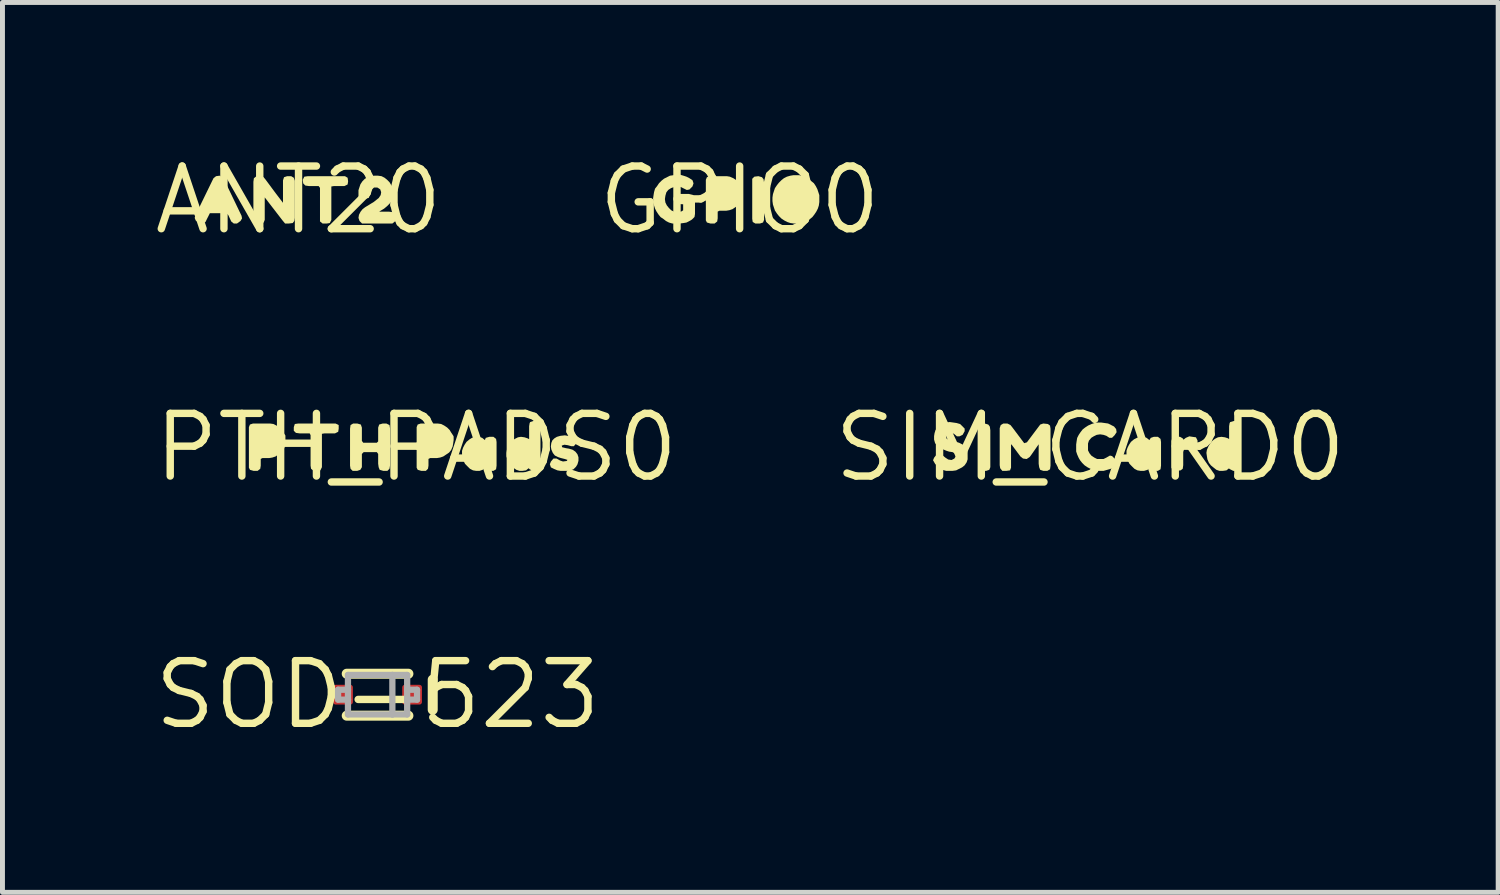
<source format=kicad_pcb>
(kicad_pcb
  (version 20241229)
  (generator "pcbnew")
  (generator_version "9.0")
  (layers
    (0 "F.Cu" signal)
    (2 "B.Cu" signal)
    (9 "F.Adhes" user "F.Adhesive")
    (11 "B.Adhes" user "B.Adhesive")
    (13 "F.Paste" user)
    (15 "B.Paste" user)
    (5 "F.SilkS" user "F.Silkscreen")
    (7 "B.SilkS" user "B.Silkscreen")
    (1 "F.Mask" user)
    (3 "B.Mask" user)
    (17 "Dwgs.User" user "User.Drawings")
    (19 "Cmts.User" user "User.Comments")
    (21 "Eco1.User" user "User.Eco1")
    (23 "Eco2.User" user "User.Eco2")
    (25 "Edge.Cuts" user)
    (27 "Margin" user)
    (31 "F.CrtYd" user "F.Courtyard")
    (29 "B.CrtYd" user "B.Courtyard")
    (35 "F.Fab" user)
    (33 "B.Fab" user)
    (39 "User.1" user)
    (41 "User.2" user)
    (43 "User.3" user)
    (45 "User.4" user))
  (footprint "SOD-523"
    (layer "F.Cu")
    (at 4.603 11.031)
    (property "Reference" "SOD-523" (at 0 0 0) (layer "F.SilkS") (effects (font (size 1.27 1.27) (thickness 0.15))))
    (fp_line (start -0.625 0.425) (end 0.625 0.425) (stroke (width 0.203) (type solid)) (layer "F.SilkS"))
    (fp_line (start 0.625 -0.425) (end -0.625 -0.425) (stroke (width 0.203) (type solid)) (layer "F.SilkS"))
    (fp_line (start 1.118 -0.305) (end 1.118 0.305) (stroke (width 0.203) (type solid)) (layer "F.SilkS"))
    (fp_line (start -0.8 -0.1) (end -0.8 0.1) (stroke (width 0.127) (type solid)) (layer "F.Fab"))
    (fp_line (start -0.6 -0.4) (end -0.6 -0.1) (stroke (width 0.127) (type solid)) (layer "F.Fab"))
    (fp_line (start -0.6 -0.1) (end -0.8 -0.1) (stroke (width 0.127) (type solid)) (layer "F.Fab"))
    (fp_line (start -0.6 -0.1) (end -0.6 0.1) (stroke (width 0.127) (type solid)) (layer "F.Fab"))
    (fp_line (start -0.6 0.1) (end -0.8 0.1) (stroke (width 0.127) (type solid)) (layer "F.Fab"))
    (fp_line (start -0.6 0.1) (end -0.6 0.4) (stroke (width 0.127) (type solid)) (layer "F.Fab"))
    (fp_line (start -0.6 0.4) (end 0.3 0.4) (stroke (width 0.127) (type solid)) (layer "F.Fab"))
    (fp_line (start 0.3 -0.4) (end -0.6 -0.4) (stroke (width 0.127) (type solid)) (layer "F.Fab"))
    (fp_line (start 0.3 -0.4) (end 0.3 0.4) (stroke (width 0.127) (type solid)) (layer "F.Fab"))
    (fp_line (start 0.3 0.4) (end 0.6 0.4) (stroke (width 0.127) (type solid)) (layer "F.Fab"))
    (fp_line (start 0.6 -0.4) (end 0.3 -0.4) (stroke (width 0.127) (type solid)) (layer "F.Fab"))
    (fp_line (start 0.6 -0.1) (end 0.6 -0.4) (stroke (width 0.127) (type solid)) (layer "F.Fab"))
    (fp_line (start 0.6 -0.1) (end 0.8 -0.1) (stroke (width 0.127) (type solid)) (layer "F.Fab"))
    (fp_line (start 0.6 0.1) (end 0.6 -0.1) (stroke (width 0.127) (type solid)) (layer "F.Fab"))
    (fp_line (start 0.6 0.4) (end 0.6 0.1) (stroke (width 0.127) (type solid)) (layer "F.Fab"))
    (fp_line (start 0.8 -0.1) (end 0.8 0.1) (stroke (width 0.127) (type solid)) (layer "F.Fab"))
    (fp_line (start 0.8 0.1) (end 0.6 0.1) (stroke (width 0.127) (type solid)) (layer "F.Fab"))
    (pad "A" smd roundrect (at -0.7 0) (size 0.4 0.4) (layers "F.Cu" "F.Mask" "F.Paste") (roundrect_rratio 0.127))
    (pad "C" smd roundrect (at 0.7 0) (size 0.4 0.4) (layers "F.Cu" "F.Mask" "F.Paste") (roundrect_rratio 0.127)))
  (footprint "SIM_CARD0"
    (layer "F.Cu")
    (at 19.048 6.019)
    (property "Reference" "SIM_CARD0" (at 0 0 0) (layer "F.SilkS") (effects (font (size 1.27 1.27) (thickness 0.15))))
    (fp_poly (pts (xy -2.067 -0.464) (xy -2.035 -0.422) (xy -2.025 -0.35) (xy -2.025 0.401) (xy -2.046 0.454) (xy -2.109 0.475) (xy -2.201 0.475) (xy -2.255 0.443) (xy -2.265 0.38) (xy -2.265 -0.432) (xy -2.222 -0.475) (xy -2.14 -0.485)) (stroke (width 0) (type default)) (fill yes) (layer "F.SilkS"))
    (fp_poly (pts (xy 2.071 -0.215) (xy 2.143 -0.205) (xy 2.175 -0.141) (xy 2.175 -0.079) (xy 2.144 -0.007) (xy 2.091 0.036) (xy 2.029 0.015) (xy 1.961 0.005) (xy 1.904 0.034) (xy 1.885 0.091) (xy 1.885 0.36) (xy 1.875 0.433) (xy 1.832 0.465) (xy 1.75 0.475) (xy 1.677 0.465) (xy 1.645 0.411) (xy 1.645 -0.131) (xy 1.666 -0.194) (xy 1.729 -0.215) (xy 1.821 -0.215) (xy 1.874 -0.184) (xy 1.891 -0.157) (xy 1.937 -0.194) (xy 2.009 -0.225)) (stroke (width 0) (type default)) (fill yes) (layer "F.SilkS"))
    (fp_poly (pts (xy 1.142 -0.195) (xy 1.193 -0.154) (xy 1.199 -0.148) (xy 1.227 -0.194) (xy 1.289 -0.215) (xy 1.372 -0.215) (xy 1.425 -0.173) (xy 1.435 -0.11) (xy 1.435 0.37) (xy 1.425 0.443) (xy 1.371 0.475) (xy 1.289 0.475) (xy 1.227 0.454) (xy 1.199 0.409) (xy 1.163 0.454) (xy 1.091 0.475) (xy 1.02 0.475) (xy 0.958 0.465) (xy 0.897 0.434) (xy 0.846 0.384) (xy 0.796 0.333) (xy 0.765 0.272) (xy 0.745 0.211) (xy 0.735 0.14) (xy 0.735 0.069) (xy 0.755 0.008) (xy 0.786 -0.053) (xy 0.826 -0.113) (xy 0.887 -0.164) (xy 0.948 -0.195) (xy 1.009 -0.215) (xy 1.071 -0.215)) (stroke (width 0) (type default)) (fill yes) (layer "F.SilkS"))
    (fp_poly (pts (xy 3.045 -0.503) (xy 3.055 -0.43) (xy 3.055 0.391) (xy 3.034 0.443) (xy 2.981 0.475) (xy 2.899 0.475) (xy 2.837 0.444) (xy 2.81 0.426) (xy 2.762 0.465) (xy 2.69 0.475) (xy 2.619 0.475) (xy 2.558 0.454) (xy 2.507 0.414) (xy 2.446 0.364) (xy 2.406 0.313) (xy 2.375 0.241) (xy 2.365 0.181) (xy 2.355 0.11) (xy 2.365 0.049) (xy 2.396 -0.022) (xy 2.426 -0.073) (xy 2.476 -0.134) (xy 2.527 -0.174) (xy 2.588 -0.205) (xy 2.66 -0.215) (xy 2.731 -0.205) (xy 2.792 -0.185) (xy 2.815 -0.169) (xy 2.815 -0.43) (xy 2.825 -0.492) (xy 2.837 -0.514) (xy 2.909 -0.535) (xy 2.981 -0.535)) (stroke (width 0) (type default)) (fill yes) (layer "F.SilkS"))
    (fp_poly (pts (xy -0.858 -0.475) (xy -0.815 -0.443) (xy -0.805 -0.38) (xy -0.805 0.37) (xy -0.815 0.443) (xy -0.869 0.475) (xy -0.951 0.475) (xy -1.014 0.454) (xy -1.035 0.401) (xy -1.045 0.33) (xy -1.045 -0.064) (xy -1.196 0.153) (xy -1.227 0.194) (xy -1.289 0.235) (xy -1.362 0.225) (xy -1.414 0.184) (xy -1.593 -0.056) (xy -1.605 -0.062) (xy -1.605 0.411) (xy -1.626 0.465) (xy -1.7 0.475) (xy -1.782 0.475) (xy -1.825 0.422) (xy -1.835 0.36) (xy -1.835 -0.391) (xy -1.814 -0.453) (xy -1.761 -0.485) (xy -1.679 -0.485) (xy -1.617 -0.454) (xy -1.576 -0.403) (xy -1.338 -0.086) (xy -1.283 -0.104) (xy -1.134 -0.303) (xy -1.013 -0.464) (xy -0.951 -0.485)) (stroke (width 0) (type default)) (fill yes) (layer "F.SilkS"))
    (fp_poly (pts (xy 0.291 -0.495) (xy 0.362 -0.485) (xy 0.483 -0.424) (xy 0.525 -0.372) (xy 0.535 -0.309) (xy 0.494 -0.247) (xy 0.442 -0.195) (xy 0.388 -0.195) (xy 0.328 -0.235) (xy 0.269 -0.255) (xy 0.2 -0.265) (xy 0.132 -0.255) (xy 0.072 -0.226) (xy 0.023 -0.196) (xy -0.026 -0.138) (xy -0.045 -0.079) (xy -0.045 0.059) (xy -0.016 0.117) (xy 0.023 0.166) (xy 0.083 0.206) (xy 0.141 0.235) (xy 0.269 0.235) (xy 0.328 0.206) (xy 0.399 0.165) (xy 0.443 0.175) (xy 0.494 0.227) (xy 0.535 0.299) (xy 0.514 0.363) (xy 0.463 0.404) (xy 0.412 0.435) (xy 0.341 0.455) (xy 0.271 0.475) (xy 0.139 0.475) (xy 0.069 0.455) (xy 0.008 0.435) (xy -0.053 0.404) (xy -0.113 0.364) (xy -0.164 0.313) (xy -0.204 0.263) (xy -0.234 0.212) (xy -0.265 0.142) (xy -0.285 0.081) (xy -0.285 -0.06) (xy -0.275 -0.131) (xy -0.265 -0.192) (xy -0.234 -0.253) (xy -0.194 -0.313) (xy -0.154 -0.364) (xy -0.103 -0.404) (xy -0.042 -0.444) (xy 0.028 -0.475) (xy 0.089 -0.495) (xy 0.16 -0.505) (xy 0.22 -0.505)) (stroke (width 0) (type default)) (fill yes) (layer "F.SilkS"))
    (fp_poly (pts (xy -2.779 -0.505) (xy -2.709 -0.495) (xy -2.637 -0.474) (xy -2.596 -0.434) (xy -2.545 -0.382) (xy -2.545 -0.329) (xy -2.586 -0.256) (xy -2.649 -0.225) (xy -2.702 -0.225) (xy -2.762 -0.276) (xy -2.82 -0.295) (xy -2.887 -0.285) (xy -2.925 -0.239) (xy -2.915 -0.183) (xy -2.858 -0.145) (xy -2.729 -0.115) (xy -2.658 -0.095) (xy -2.597 -0.064) (xy -2.546 -0.024) (xy -2.506 0.028) (xy -2.485 0.089) (xy -2.485 0.241) (xy -2.505 0.302) (xy -2.546 0.363) (xy -2.597 0.404) (xy -2.718 0.465) (xy -2.79 0.475) (xy -2.921 0.475) (xy -2.992 0.455) (xy -3.053 0.414) (xy -3.103 0.374) (xy -3.144 0.333) (xy -3.186 0.26) (xy -3.164 0.207) (xy -3.113 0.145) (xy -3.049 0.135) (xy -2.997 0.156) (xy -2.937 0.206) (xy -2.878 0.245) (xy -2.811 0.255) (xy -2.754 0.226) (xy -2.725 0.179) (xy -2.735 0.123) (xy -2.792 0.095) (xy -2.861 0.085) (xy -2.922 0.065) (xy -2.992 0.035) (xy -3.053 0.004) (xy -3.104 -0.036) (xy -3.145 -0.088) (xy -3.165 -0.159) (xy -3.165 -0.23) (xy -3.155 -0.291) (xy -3.135 -0.352) (xy -3.094 -0.413) (xy -3.043 -0.454) (xy -2.992 -0.485) (xy -2.921 -0.505) (xy -2.85 -0.515)) (stroke (width 0) (type default)) (fill yes) (layer "F.SilkS")))
  (footprint "ANT20"
    (layer "F.Cu")
    (at 3.001 1.006)
    (property "Reference" "ANT20" (at 0 0 0) (layer "F.SilkS") (effects (font (size 1.27 1.27) (thickness 0.15))))
    (fp_poly (pts (xy 0.995 -0.453) (xy 1.005 -0.38) (xy 0.995 -0.317) (xy 0.931 -0.285) (xy 0.72 -0.285) (xy 0.665 -0.276) (xy 0.665 0.401) (xy 0.633 0.465) (xy 0.57 0.475) (xy 0.488 0.475) (xy 0.435 0.432) (xy 0.435 -0.248) (xy 0.407 -0.285) (xy 0.21 -0.285) (xy 0.138 -0.295) (xy 0.095 -0.338) (xy 0.085 -0.411) (xy 0.117 -0.475) (xy 0.19 -0.485) (xy 0.941 -0.485)) (stroke (width 0) (type default)) (fill yes) (layer "F.SilkS"))
    (fp_poly (pts (xy -1.547 -0.464) (xy -1.516 -0.433) (xy -1.155 0.318) (xy -1.145 0.371) (xy -1.176 0.423) (xy -1.248 0.475) (xy -1.312 0.475) (xy -1.364 0.433) (xy -1.424 0.303) (xy -1.462 0.265) (xy -1.797 0.265) (xy -1.856 0.382) (xy -1.886 0.444) (xy -1.949 0.475) (xy -2.012 0.465) (xy -2.084 0.413) (xy -2.105 0.36) (xy -2.085 0.298) (xy -1.754 -0.382) (xy -1.724 -0.443) (xy -1.672 -0.485) (xy -1.599 -0.495)) (stroke (width 0) (type default)) (fill yes) (layer "F.SilkS"))
    (fp_poly (pts (xy -0.707 -0.464) (xy -0.666 -0.413) (xy -0.466 -0.143) (xy -0.315 0.055) (xy -0.315 -0.401) (xy -0.294 -0.464) (xy -0.231 -0.485) (xy -0.149 -0.485) (xy -0.096 -0.453) (xy -0.075 -0.391) (xy -0.075 0.36) (xy -0.085 0.422) (xy -0.117 0.465) (xy -0.2 0.475) (xy -0.272 0.475) (xy -0.324 0.413) (xy -0.685 -0.055) (xy -0.685 0.401) (xy -0.706 0.454) (xy -0.769 0.475) (xy -0.862 0.475) (xy -0.905 0.432) (xy -0.915 0.37) (xy -0.915 -0.37) (xy -0.905 -0.443) (xy -0.852 -0.485) (xy -0.779 -0.485)) (stroke (width 0) (type default)) (fill yes) (layer "F.SilkS"))
    (fp_poly (pts (xy 1.682 -0.485) (xy 1.743 -0.454) (xy 1.793 -0.414) (xy 1.844 -0.363) (xy 1.874 -0.312) (xy 1.905 -0.252) (xy 1.915 -0.18) (xy 1.915 -0.11) (xy 1.905 -0.049) (xy 1.885 0.022) (xy 1.844 0.073) (xy 1.793 0.124) (xy 1.733 0.174) (xy 1.683 0.204) (xy 1.638 0.231) (xy 1.642 0.235) (xy 1.84 0.235) (xy 1.913 0.245) (xy 1.955 0.298) (xy 1.955 0.432) (xy 1.902 0.475) (xy 1.288 0.475) (xy 1.236 0.423) (xy 1.215 0.36) (xy 1.225 0.298) (xy 1.256 0.237) (xy 1.296 0.186) (xy 1.347 0.146) (xy 1.527 0.036) (xy 1.577 -0.004) (xy 1.626 -0.043) (xy 1.665 -0.102) (xy 1.675 -0.16) (xy 1.656 -0.217) (xy 1.598 -0.255) (xy 1.532 -0.255) (xy 1.484 -0.217) (xy 1.455 -0.158) (xy 1.445 -0.099) (xy 1.424 -0.046) (xy 1.351 -0.025) (xy 1.268 -0.025) (xy 1.215 -0.068) (xy 1.215 -0.201) (xy 1.235 -0.262) (xy 1.255 -0.322) (xy 1.296 -0.383) (xy 1.347 -0.434) (xy 1.408 -0.465) (xy 1.469 -0.485) (xy 1.54 -0.495) (xy 1.61 -0.495)) (stroke (width 0) (type default)) (fill yes) (layer "F.SilkS")))
  (footprint "PTH_PADS0"
    (layer "F.Cu")
    (at 5.39 6.019)
    (property "Reference" "PTH_PADS0" (at 0 0 0) (layer "F.SilkS") (effects (font (size 1.27 1.27) (thickness 0.15))))
    (fp_poly (pts (xy -1.575 -0.453) (xy -1.575 -0.38) (xy -1.585 -0.317) (xy -1.649 -0.285) (xy -1.86 -0.285) (xy -1.915 -0.276) (xy -1.915 0.401) (xy -1.947 0.465) (xy -2.01 0.475) (xy -2.082 0.475) (xy -2.135 0.433) (xy -2.145 0.37) (xy -2.145 -0.249) (xy -2.163 -0.285) (xy -2.37 -0.285) (xy -2.442 -0.295) (xy -2.485 -0.338) (xy -2.485 -0.411) (xy -2.464 -0.475) (xy -2.39 -0.485) (xy -1.639 -0.485)) (stroke (width 0) (type default)) (fill yes) (layer "F.SilkS"))
    (fp_poly (pts (xy -2.898 -0.475) (xy -2.837 -0.444) (xy -2.777 -0.404) (xy -2.726 -0.353) (xy -2.696 -0.303) (xy -2.655 -0.242) (xy -2.655 -0.08) (xy -2.665 -0.019) (xy -2.696 0.053) (xy -2.737 0.104) (xy -2.854 0.182) (xy -2.853 0.183) (xy -2.858 0.185) (xy -2.862 0.187) (xy -2.863 0.186) (xy -2.919 0.205) (xy -2.98 0.215) (xy -3.119 0.215) (xy -3.155 0.233) (xy -3.155 0.37) (xy -3.165 0.433) (xy -3.218 0.475) (xy -3.301 0.475) (xy -3.373 0.454) (xy -3.395 0.411) (xy -3.395 -0.411) (xy -3.374 -0.464) (xy -3.311 -0.485) (xy -2.97 -0.485)) (stroke (width 0) (type default)) (fill yes) (layer "F.SilkS"))
    (fp_poly (pts (xy 0.502 -0.475) (xy 0.563 -0.444) (xy 0.623 -0.404) (xy 0.674 -0.353) (xy 0.704 -0.303) (xy 0.744 -0.243) (xy 0.755 -0.221) (xy 0.755 -0.15) (xy 0.745 -0.079) (xy 0.735 -0.019) (xy 0.704 0.053) (xy 0.663 0.104) (xy 0.546 0.182) (xy 0.547 0.183) (xy 0.542 0.185) (xy 0.538 0.187) (xy 0.537 0.186) (xy 0.481 0.205) (xy 0.42 0.215) (xy 0.281 0.215) (xy 0.245 0.233) (xy 0.245 0.37) (xy 0.235 0.432) (xy 0.192 0.475) (xy 0.099 0.475) (xy 0.027 0.454) (xy 0.005 0.411) (xy 0.005 -0.411) (xy 0.026 -0.464) (xy 0.089 -0.485) (xy 0.43 -0.485)) (stroke (width 0) (type default)) (fill yes) (layer "F.SilkS"))
    (fp_poly (pts (xy 1.332 -0.195) (xy 1.383 -0.154) (xy 1.388 -0.149) (xy 1.406 -0.194) (xy 1.479 -0.215) (xy 1.562 -0.215) (xy 1.615 -0.173) (xy 1.625 -0.11) (xy 1.625 0.37) (xy 1.615 0.443) (xy 1.561 0.475) (xy 1.479 0.475) (xy 1.417 0.454) (xy 1.389 0.408) (xy 1.343 0.454) (xy 1.281 0.475) (xy 1.21 0.475) (xy 1.148 0.465) (xy 1.087 0.434) (xy 1.036 0.384) (xy 0.986 0.333) (xy 0.955 0.272) (xy 0.935 0.211) (xy 0.925 0.14) (xy 0.925 0.069) (xy 0.945 0.008) (xy 0.976 -0.053) (xy 1.016 -0.113) (xy 1.077 -0.164) (xy 1.128 -0.195) (xy 1.199 -0.215) (xy 1.261 -0.215)) (stroke (width 0) (type default)) (fill yes) (layer "F.SilkS"))
    (fp_poly (pts (xy -1.126 -0.464) (xy -1.105 -0.401) (xy -1.105 -0.132) (xy -1.077 -0.095) (xy -0.802 -0.095) (xy -0.775 -0.122) (xy -0.775 -0.401) (xy -0.754 -0.464) (xy -0.681 -0.485) (xy -0.609 -0.485) (xy -0.545 -0.453) (xy -0.535 -0.39) (xy -0.535 0.37) (xy -0.545 0.432) (xy -0.588 0.475) (xy -0.671 0.475) (xy -0.744 0.454) (xy -0.765 0.401) (xy -0.775 0.33) (xy -0.775 0.132) (xy -0.802 0.095) (xy -1.068 0.095) (xy -1.105 0.132) (xy -1.105 0.401) (xy -1.137 0.454) (xy -1.199 0.475) (xy -1.292 0.475) (xy -1.335 0.432) (xy -1.345 0.37) (xy -1.345 -0.38) (xy -1.335 -0.453) (xy -1.281 -0.485) (xy -1.199 -0.485)) (stroke (width 0) (type default)) (fill yes) (layer "F.SilkS"))
    (fp_poly (pts (xy 2.505 -0.503) (xy 2.515 -0.43) (xy 2.515 0.39) (xy 2.504 0.443) (xy 2.451 0.475) (xy 2.359 0.475) (xy 2.297 0.444) (xy 2.276 0.423) (xy 2.275 0.422) (xy 2.222 0.465) (xy 2.15 0.475) (xy 2.089 0.475) (xy 2.028 0.455) (xy 1.967 0.414) (xy 1.916 0.363) (xy 1.876 0.313) (xy 1.845 0.242) (xy 1.825 0.181) (xy 1.825 0.11) (xy 1.835 0.049) (xy 1.855 -0.022) (xy 1.896 -0.073) (xy 1.936 -0.134) (xy 1.997 -0.174) (xy 2.058 -0.205) (xy 2.12 -0.215) (xy 2.191 -0.205) (xy 2.252 -0.185) (xy 2.285 -0.168) (xy 2.285 -0.43) (xy 2.295 -0.492) (xy 2.306 -0.514) (xy 2.369 -0.535) (xy 2.451 -0.535)) (stroke (width 0) (type default)) (fill yes) (layer "F.SilkS"))
    (fp_poly (pts (xy 3.071 -0.235) (xy 3.141 -0.225) (xy 3.203 -0.204) (xy 3.255 -0.152) (xy 3.245 -0.088) (xy 3.192 -0.025) (xy 3.139 -0.025) (xy 3.069 -0.045) (xy 3 -0.055) (xy 2.946 -0.037) (xy 2.954 -0.004) (xy 3.031 0.015) (xy 3.091 0.025) (xy 3.162 0.045) (xy 3.223 0.086) (xy 3.264 0.138) (xy 3.285 0.199) (xy 3.285 0.271) (xy 3.265 0.342) (xy 3.234 0.393) (xy 3.183 0.444) (xy 3.121 0.465) (xy 3.06 0.475) (xy 2.92 0.475) (xy 2.859 0.465) (xy 2.788 0.435) (xy 2.726 0.404) (xy 2.705 0.34) (xy 2.726 0.287) (xy 2.778 0.225) (xy 2.841 0.225) (xy 2.912 0.265) (xy 2.971 0.285) (xy 3.047 0.275) (xy 3.062 0.253) (xy 3.009 0.235) (xy 2.929 0.215) (xy 2.868 0.195) (xy 2.807 0.164) (xy 2.766 0.113) (xy 2.735 0.041) (xy 2.725 -0.02) (xy 2.735 -0.091) (xy 2.756 -0.143) (xy 2.797 -0.184) (xy 2.848 -0.215) (xy 2.919 -0.235) (xy 3.01 -0.245)) (stroke (width 0) (type default)) (fill yes) (layer "F.SilkS")))
  (footprint "GPIO0"
    (layer "F.Cu")
    (at 11.942 1.006)
    (property "Reference" "GPIO0" (at 0 0 0) (layer "F.SilkS") (effects (font (size 1.27 1.27) (thickness 0.15))))
    (fp_poly (pts (xy 0.453 -0.464) (xy 0.485 -0.422) (xy 0.495 -0.35) (xy 0.495 0.401) (xy 0.474 0.454) (xy 0.411 0.475) (xy 0.319 0.475) (xy 0.265 0.443) (xy 0.255 0.38) (xy 0.255 -0.432) (xy 0.298 -0.475) (xy 0.38 -0.485)) (stroke (width 0) (type default)) (fill yes) (layer "F.SilkS"))
    (fp_poly (pts (xy -0.199 -0.475) (xy -0.128 -0.444) (xy -0.067 -0.404) (xy -0.016 -0.353) (xy 0.014 -0.302) (xy 0.055 -0.221) (xy 0.055 -0.08) (xy 0.045 -0.019) (xy 0.014 0.053) (xy -0.027 0.104) (xy -0.144 0.182) (xy -0.143 0.183) (xy -0.148 0.185) (xy -0.152 0.187) (xy -0.153 0.186) (xy -0.209 0.205) (xy -0.27 0.215) (xy -0.409 0.215) (xy -0.445 0.233) (xy -0.445 0.37) (xy -0.455 0.433) (xy -0.508 0.475) (xy -0.591 0.475) (xy -0.663 0.454) (xy -0.685 0.411) (xy -0.685 -0.411) (xy -0.664 -0.464) (xy -0.601 -0.485) (xy -0.26 -0.485)) (stroke (width 0) (type default)) (fill yes) (layer "F.SilkS"))
    (fp_poly (pts (xy 1.272 -0.485) (xy 1.332 -0.465) (xy 1.393 -0.434) (xy 1.453 -0.384) (xy 1.504 -0.343) (xy 1.544 -0.283) (xy 1.575 -0.222) (xy 1.595 -0.162) (xy 1.615 -0.101) (xy 1.615 0.04) (xy 1.605 0.111) (xy 1.585 0.172) (xy 1.554 0.233) (xy 1.514 0.293) (xy 1.474 0.344) (xy 1.413 0.394) (xy 1.362 0.424) (xy 1.302 0.455) (xy 1.231 0.475) (xy 1.1 0.475) (xy 1.029 0.465) (xy 0.968 0.445) (xy 0.907 0.414) (xy 0.847 0.374) (xy 0.796 0.323) (xy 0.756 0.273) (xy 0.719 0.217) (xy 0.717 0.218) (xy 0.715 0.212) (xy 0.713 0.208) (xy 0.714 0.208) (xy 0.695 0.152) (xy 0.675 0.091) (xy 0.665 0.02) (xy 0.665 -0.05) (xy 0.675 -0.121) (xy 0.695 -0.182) (xy 0.715 -0.242) (xy 0.756 -0.303) (xy 0.796 -0.353) (xy 0.847 -0.404) (xy 0.897 -0.444) (xy 0.958 -0.475) (xy 1.029 -0.495) (xy 1.09 -0.505) (xy 1.211 -0.505)) (stroke (width 0) (type default)) (fill yes) (layer "F.SilkS"))
    (fp_poly (pts (xy -1.139 -0.495) (xy -1.078 -0.475) (xy -1.017 -0.444) (xy -0.956 -0.403) (xy -0.935 -0.34) (xy -0.956 -0.277) (xy -1.018 -0.215) (xy -1.071 -0.205) (xy -1.192 -0.265) (xy -1.26 -0.275) (xy -1.329 -0.265) (xy -1.388 -0.245) (xy -1.447 -0.206) (xy -1.485 -0.158) (xy -1.505 -0.089) (xy -1.515 -0.02) (xy -1.505 0.048) (xy -1.476 0.107) (xy -1.436 0.157) (xy -1.387 0.206) (xy -1.329 0.235) (xy -1.191 0.235) (xy -1.145 0.207) (xy -1.145 0.085) (xy -1.282 0.075) (xy -1.325 0.032) (xy -1.325 -0.041) (xy -1.304 -0.104) (xy -1.231 -0.125) (xy -1.029 -0.125) (xy -0.947 -0.105) (xy -0.915 -0.072) (xy -0.905 -0.000355) (xy -0.905 0.28) (xy -0.915 0.342) (xy -0.967 0.394) (xy -1.018 0.424) (xy -1.078 0.455) (xy -1.139 0.465) (xy -1.22 0.475) (xy -1.361 0.475) (xy -1.432 0.455) (xy -1.493 0.424) (xy -1.543 0.384) (xy -1.603 0.344) (xy -1.644 0.293) (xy -1.684 0.233) (xy -1.715 0.172) (xy -1.735 0.111) (xy -1.745 0.041) (xy -1.755 -0.03) (xy -1.745 -0.101) (xy -1.735 -0.161) (xy -1.715 -0.232) (xy -1.674 -0.283) (xy -1.634 -0.343) (xy -1.583 -0.394) (xy -1.533 -0.434) (xy -1.412 -0.495) (xy -1.341 -0.505) (xy -1.28 -0.515) (xy -1.209 -0.515)) (stroke (width 0) (type default)) (fill yes) (layer "F.SilkS")))
  (gr_rect
    (start -3 -3)
    (end 27.317 15.037)
    (stroke (width 0.1) (type default))
    (fill no)
    (layer "Edge.Cuts")))
</source>
